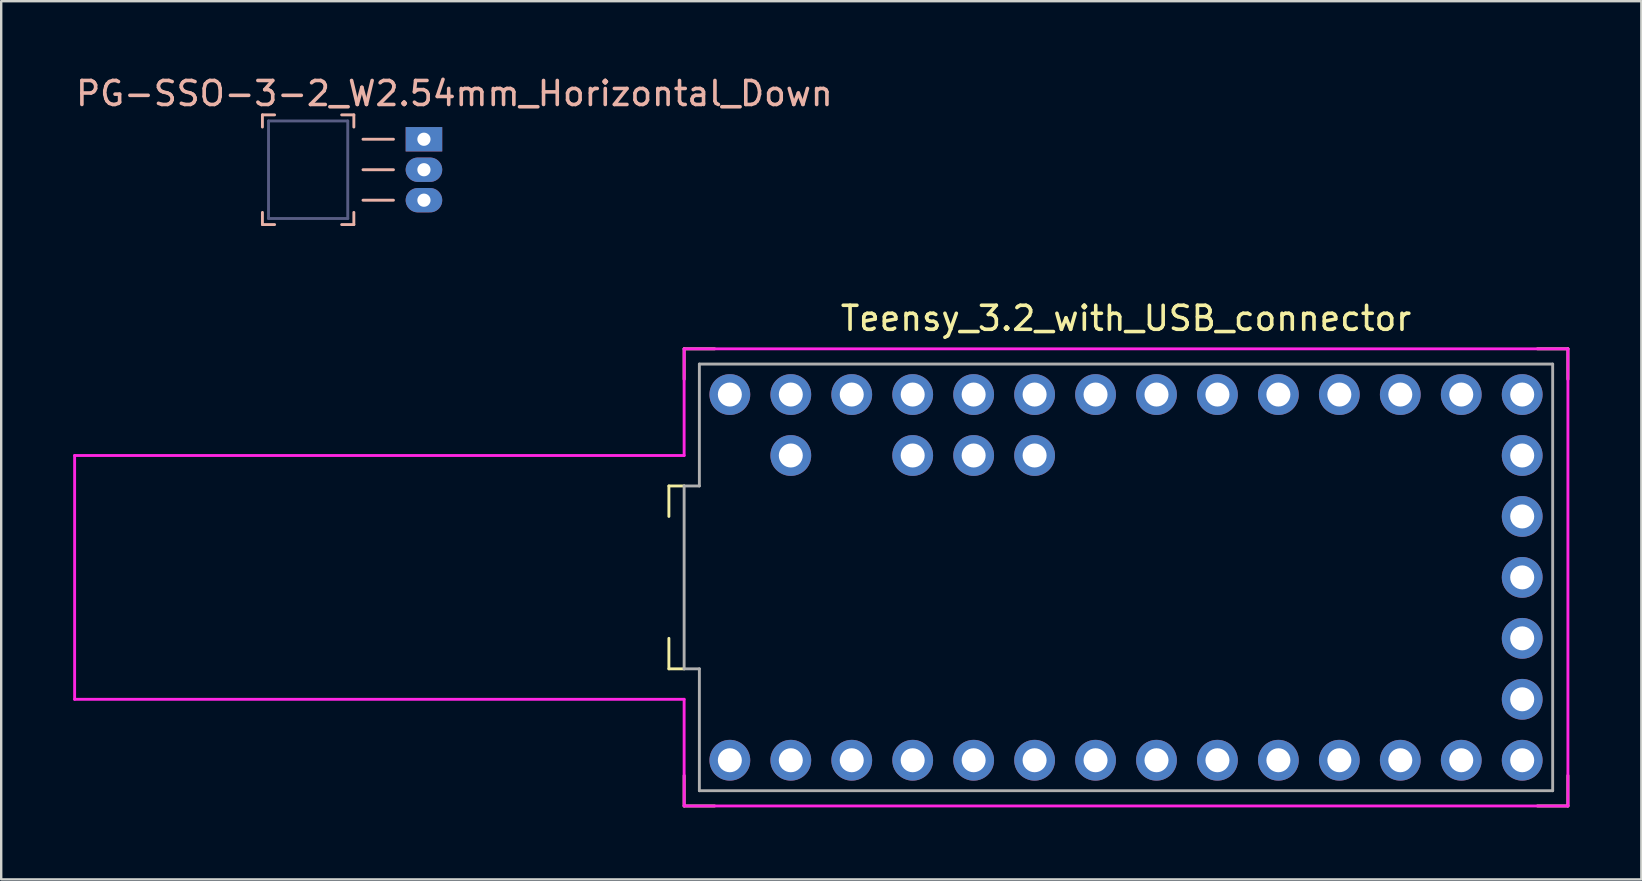
<source format=kicad_pcb>
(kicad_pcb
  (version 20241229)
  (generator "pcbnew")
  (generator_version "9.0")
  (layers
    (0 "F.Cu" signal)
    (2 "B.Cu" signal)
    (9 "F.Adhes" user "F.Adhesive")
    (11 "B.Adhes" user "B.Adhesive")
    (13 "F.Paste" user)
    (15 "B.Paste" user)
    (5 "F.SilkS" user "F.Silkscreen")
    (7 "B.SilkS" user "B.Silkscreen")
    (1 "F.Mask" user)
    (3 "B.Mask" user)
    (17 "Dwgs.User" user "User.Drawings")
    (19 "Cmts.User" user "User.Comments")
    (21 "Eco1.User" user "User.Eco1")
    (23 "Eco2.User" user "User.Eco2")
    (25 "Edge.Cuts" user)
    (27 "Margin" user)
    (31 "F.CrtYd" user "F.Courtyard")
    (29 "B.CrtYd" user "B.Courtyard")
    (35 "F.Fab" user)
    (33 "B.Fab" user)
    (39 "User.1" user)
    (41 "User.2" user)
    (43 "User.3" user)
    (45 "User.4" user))
  (footprint "PG-SSO-3-2_W2.54mm_Horizontal_Down"
    (layer "F.Cu")
    (at 14.617 2.753)
    (property "Reference" "PG-SSO-3-2_W2.54mm_Horizontal_Down" (at 1.27 -1.905 0) (layer "B.SilkS") (effects (font (size 1 1) (thickness 0.15))))
    (attr through_hole)
    (fp_line (start -6.731 -1.016) (end -6.223 -1.016) (stroke (width 0.12) (type solid)) (layer "B.SilkS"))
    (fp_line (start -6.731 -0.508) (end -6.731 -1.016) (stroke (width 0.12) (type solid)) (layer "B.SilkS"))
    (fp_line (start -6.731 3.556) (end -6.731 3.048) (stroke (width 0.12) (type solid)) (layer "B.SilkS"))
    (fp_line (start -6.223 3.556) (end -6.731 3.556) (stroke (width 0.12) (type solid)) (layer "B.SilkS"))
    (fp_line (start -3.429 -1.016) (end -2.921 -1.016) (stroke (width 0.12) (type solid)) (layer "B.SilkS"))
    (fp_line (start -2.921 -1.016) (end -2.921 -0.508) (stroke (width 0.12) (type solid)) (layer "B.SilkS"))
    (fp_line (start -2.921 3.048) (end -2.921 3.556) (stroke (width 0.12) (type solid)) (layer "B.SilkS"))
    (fp_line (start -2.921 3.556) (end -3.429 3.556) (stroke (width 0.12) (type solid)) (layer "B.SilkS"))
    (fp_line (start -2.54 0) (end -1.27 0) (stroke (width 0.12) (type solid)) (layer "B.SilkS"))
    (fp_line (start -2.54 1.27) (end -1.27 1.27) (stroke (width 0.12) (type solid)) (layer "B.SilkS"))
    (fp_line (start -2.54 2.54) (end -1.27 2.54) (stroke (width 0.12) (type solid)) (layer "B.SilkS"))
    (fp_line (start -6.477 -0.762) (end -3.175 -0.762) (stroke (width 0.12) (type solid)) (layer "B.Fab"))
    (fp_line (start -6.477 3.302) (end -6.477 -0.762) (stroke (width 0.12) (type solid)) (layer "B.Fab"))
    (fp_line (start -3.175 -0.762) (end -3.175 3.302) (stroke (width 0.12) (type solid)) (layer "B.Fab"))
    (fp_line (start -3.175 3.302) (end -6.477 3.302) (stroke (width 0.12) (type solid)) (layer "B.Fab"))
    (pad "1" thru_hole rect (at 0 0) (size 1.524 1.016) (drill 0.55) (layers "*.Cu" "*.Mask"))
    (pad "2" thru_hole oval (at 0 1.27) (size 1.524 1.016) (drill 0.55) (layers "*.Cu" "*.Mask"))
    (pad "3" thru_hole oval (at 0 2.54) (size 1.524 1.016) (drill 0.55) (layers "*.Cu" "*.Mask")))
  (footprint "Teensy_3.2_with_USB_connector"
    (layer "F.Cu")
    (at 43.875 21.012)
    (property "Reference" "Teensy_3.2_with_USB_connector" (at 0 -10.795 0) (layer "F.SilkS") (effects (font (size 1 1) (thickness 0.15))))
    (attr through_hole)
    (fp_line (start -19.05 -3.81) (end -18.415 -3.81) (stroke (width 0.12) (type solid)) (layer "F.SilkS"))
    (fp_line (start -19.05 -2.54) (end -19.05 -3.81) (stroke (width 0.12) (type solid)) (layer "F.SilkS"))
    (fp_line (start -19.05 3.81) (end -19.05 2.54) (stroke (width 0.12) (type solid)) (layer "F.SilkS"))
    (fp_line (start -18.415 -9.525) (end -17.145 -9.525) (stroke (width 0.12) (type solid)) (layer "F.SilkS"))
    (fp_line (start -18.415 -8.255) (end -18.415 -9.525) (stroke (width 0.12) (type solid)) (layer "F.SilkS"))
    (fp_line (start -18.415 3.81) (end -19.05 3.81) (stroke (width 0.12) (type solid)) (layer "F.SilkS"))
    (fp_line (start -18.415 9.525) (end -18.415 8.255) (stroke (width 0.12) (type solid)) (layer "F.SilkS"))
    (fp_line (start -17.145 9.525) (end -18.415 9.525) (stroke (width 0.12) (type solid)) (layer "F.SilkS"))
    (fp_line (start 17.145 -9.525) (end 18.415 -9.525) (stroke (width 0.12) (type solid)) (layer "F.SilkS"))
    (fp_line (start 18.415 -9.525) (end 18.415 -8.255) (stroke (width 0.12) (type solid)) (layer "F.SilkS"))
    (fp_line (start 18.415 8.255) (end 18.415 9.525) (stroke (width 0.12) (type solid)) (layer "F.SilkS"))
    (fp_line (start 18.415 9.525) (end 17.145 9.525) (stroke (width 0.12) (type solid)) (layer "F.SilkS"))
    (fp_line (start -43.815 -5.08) (end -43.815 5.08) (stroke (width 0.12) (type solid)) (layer "F.CrtYd"))
    (fp_line (start -43.815 5.08) (end -18.415 5.08) (stroke (width 0.12) (type solid)) (layer "F.CrtYd"))
    (fp_line (start -18.415 -9.525) (end 18.415 -9.525) (stroke (width 0.12) (type solid)) (layer "F.CrtYd"))
    (fp_line (start -18.415 -5.08) (end -43.815 -5.08) (stroke (width 0.12) (type solid)) (layer "F.CrtYd"))
    (fp_line (start -18.415 -5.08) (end -18.415 -9.525) (stroke (width 0.12) (type solid)) (layer "F.CrtYd"))
    (fp_line (start -18.415 9.525) (end -18.415 5.08) (stroke (width 0.12) (type solid)) (layer "F.CrtYd"))
    (fp_line (start 18.415 -9.525) (end 18.415 9.525) (stroke (width 0.12) (type solid)) (layer "F.CrtYd"))
    (fp_line (start 18.415 9.525) (end -18.415 9.525) (stroke (width 0.12) (type solid)) (layer "F.CrtYd"))
    (fp_line (start -18.415 -3.81) (end -17.78 -3.81) (stroke (width 0.12) (type solid)) (layer "F.Fab"))
    (fp_line (start -18.415 3.81) (end -18.415 -3.81) (stroke (width 0.12) (type solid)) (layer "F.Fab"))
    (fp_line (start -17.78 -8.89) (end 17.78 -8.89) (stroke (width 0.12) (type solid)) (layer "F.Fab"))
    (fp_line (start -17.78 -3.81) (end -17.78 -8.89) (stroke (width 0.12) (type solid)) (layer "F.Fab"))
    (fp_line (start -17.78 3.81) (end -18.415 3.81) (stroke (width 0.12) (type solid)) (layer "F.Fab"))
    (fp_line (start -17.78 8.89) (end -17.78 3.81) (stroke (width 0.12) (type solid)) (layer "F.Fab"))
    (fp_line (start 17.78 -8.89) (end 17.78 8.89) (stroke (width 0.12) (type solid)) (layer "F.Fab"))
    (fp_line (start 17.78 8.89) (end -17.78 8.89) (stroke (width 0.12) (type solid)) (layer "F.Fab"))
    (pad "1" thru_hole circle (at -16.51 7.62) (size 1.7 1.7) (drill 1) (layers "*.Cu" "*.Mask"))
    (pad "2" thru_hole circle (at -13.97 7.62) (size 1.7 1.7) (drill 1) (layers "*.Cu" "*.Mask"))
    (pad "3" thru_hole circle (at -11.43 7.62) (size 1.7 1.7) (drill 1) (layers "*.Cu" "*.Mask"))
    (pad "4" thru_hole circle (at -8.89 7.62) (size 1.7 1.7) (drill 1) (layers "*.Cu" "*.Mask"))
    (pad "5" thru_hole circle (at -6.35 7.62) (size 1.7 1.7) (drill 1) (layers "*.Cu" "*.Mask"))
    (pad "6" thru_hole circle (at -3.81 7.62) (size 1.7 1.7) (drill 1) (layers "*.Cu" "*.Mask"))
    (pad "7" thru_hole circle (at -1.27 7.62) (size 1.7 1.7) (drill 1) (layers "*.Cu" "*.Mask"))
    (pad "8" thru_hole circle (at 1.27 7.62) (size 1.7 1.7) (drill 1) (layers "*.Cu" "*.Mask"))
    (pad "9" thru_hole circle (at 3.81 7.62) (size 1.7 1.7) (drill 1) (layers "*.Cu" "*.Mask"))
    (pad "10" thru_hole circle (at 6.35 7.62) (size 1.7 1.7) (drill 1) (layers "*.Cu" "*.Mask"))
    (pad "11" thru_hole circle (at 8.89 7.62) (size 1.7 1.7) (drill 1) (layers "*.Cu" "*.Mask"))
    (pad "12" thru_hole circle (at 11.43 7.62) (size 1.7 1.7) (drill 1) (layers "*.Cu" "*.Mask"))
    (pad "13" thru_hole circle (at 13.97 7.62) (size 1.7 1.7) (drill 1) (layers "*.Cu" "*.Mask"))
    (pad "14" thru_hole circle (at 16.51 7.62) (size 1.7 1.7) (drill 1) (layers "*.Cu" "*.Mask"))
    (pad "15" thru_hole circle (at 16.51 5.08) (size 1.7 1.7) (drill 1) (layers "*.Cu" "*.Mask"))
    (pad "16" thru_hole circle (at 16.51 2.54) (size 1.7 1.7) (drill 1) (layers "*.Cu" "*.Mask"))
    (pad "17" thru_hole circle (at 16.51 0) (size 1.7 1.7) (drill 1) (layers "*.Cu" "*.Mask"))
    (pad "18" thru_hole circle (at 16.51 -2.54) (size 1.7 1.7) (drill 1) (layers "*.Cu" "*.Mask"))
    (pad "19" thru_hole circle (at 16.51 -5.08) (size 1.7 1.7) (drill 1) (layers "*.Cu" "*.Mask"))
    (pad "20" thru_hole circle (at 16.51 -7.62) (size 1.7 1.7) (drill 1) (layers "*.Cu" "*.Mask"))
    (pad "21" thru_hole circle (at 13.97 -7.62) (size 1.7 1.7) (drill 1) (layers "*.Cu" "*.Mask"))
    (pad "22" thru_hole circle (at 11.43 -7.62) (size 1.7 1.7) (drill 1) (layers "*.Cu" "*.Mask"))
    (pad "23" thru_hole circle (at 8.89 -7.62) (size 1.7 1.7) (drill 1) (layers "*.Cu" "*.Mask"))
    (pad "24" thru_hole circle (at 6.35 -7.62) (size 1.7 1.7) (drill 1) (layers "*.Cu" "*.Mask"))
    (pad "25" thru_hole circle (at 3.81 -7.62) (size 1.7 1.7) (drill 1) (layers "*.Cu" "*.Mask"))
    (pad "26" thru_hole circle (at 1.27 -7.62) (size 1.7 1.7) (drill 1) (layers "*.Cu" "*.Mask"))
    (pad "27" thru_hole circle (at -1.27 -7.62) (size 1.7 1.7) (drill 1) (layers "*.Cu" "*.Mask"))
    (pad "28" thru_hole circle (at -3.81 -7.62) (size 1.7 1.7) (drill 1) (layers "*.Cu" "*.Mask"))
    (pad "29" thru_hole circle (at -6.35 -7.62) (size 1.7 1.7) (drill 1) (layers "*.Cu" "*.Mask"))
    (pad "30" thru_hole circle (at -8.89 -7.62) (size 1.7 1.7) (drill 1) (layers "*.Cu" "*.Mask"))
    (pad "31" thru_hole circle (at -11.43 -7.62) (size 1.7 1.7) (drill 1) (layers "*.Cu" "*.Mask"))
    (pad "32" thru_hole circle (at -13.97 -7.62) (size 1.7 1.7) (drill 1) (layers "*.Cu" "*.Mask"))
    (pad "33" thru_hole circle (at -16.51 -7.62) (size 1.7 1.7) (drill 1) (layers "*.Cu" "*.Mask"))
    (pad "34" thru_hole circle (at -13.97 -5.08) (size 1.7 1.7) (drill 1) (layers "*.Cu" "*.Mask"))
    (pad "35" thru_hole circle (at -8.89 -5.08) (size 1.7 1.7) (drill 1) (layers "*.Cu" "*.Mask"))
    (pad "36" thru_hole circle (at -6.35 -5.08) (size 1.7 1.7) (drill 1) (layers "*.Cu" "*.Mask"))
    (pad "37" thru_hole circle (at -3.81 -5.08) (size 1.7 1.7) (drill 1) (layers "*.Cu" "*.Mask")))
  (gr_rect
    (start -3 -3)
    (end 65.35 33.597)
    (stroke (width 0.1) (type default))
    (fill no)
    (layer "Edge.Cuts")))
</source>
